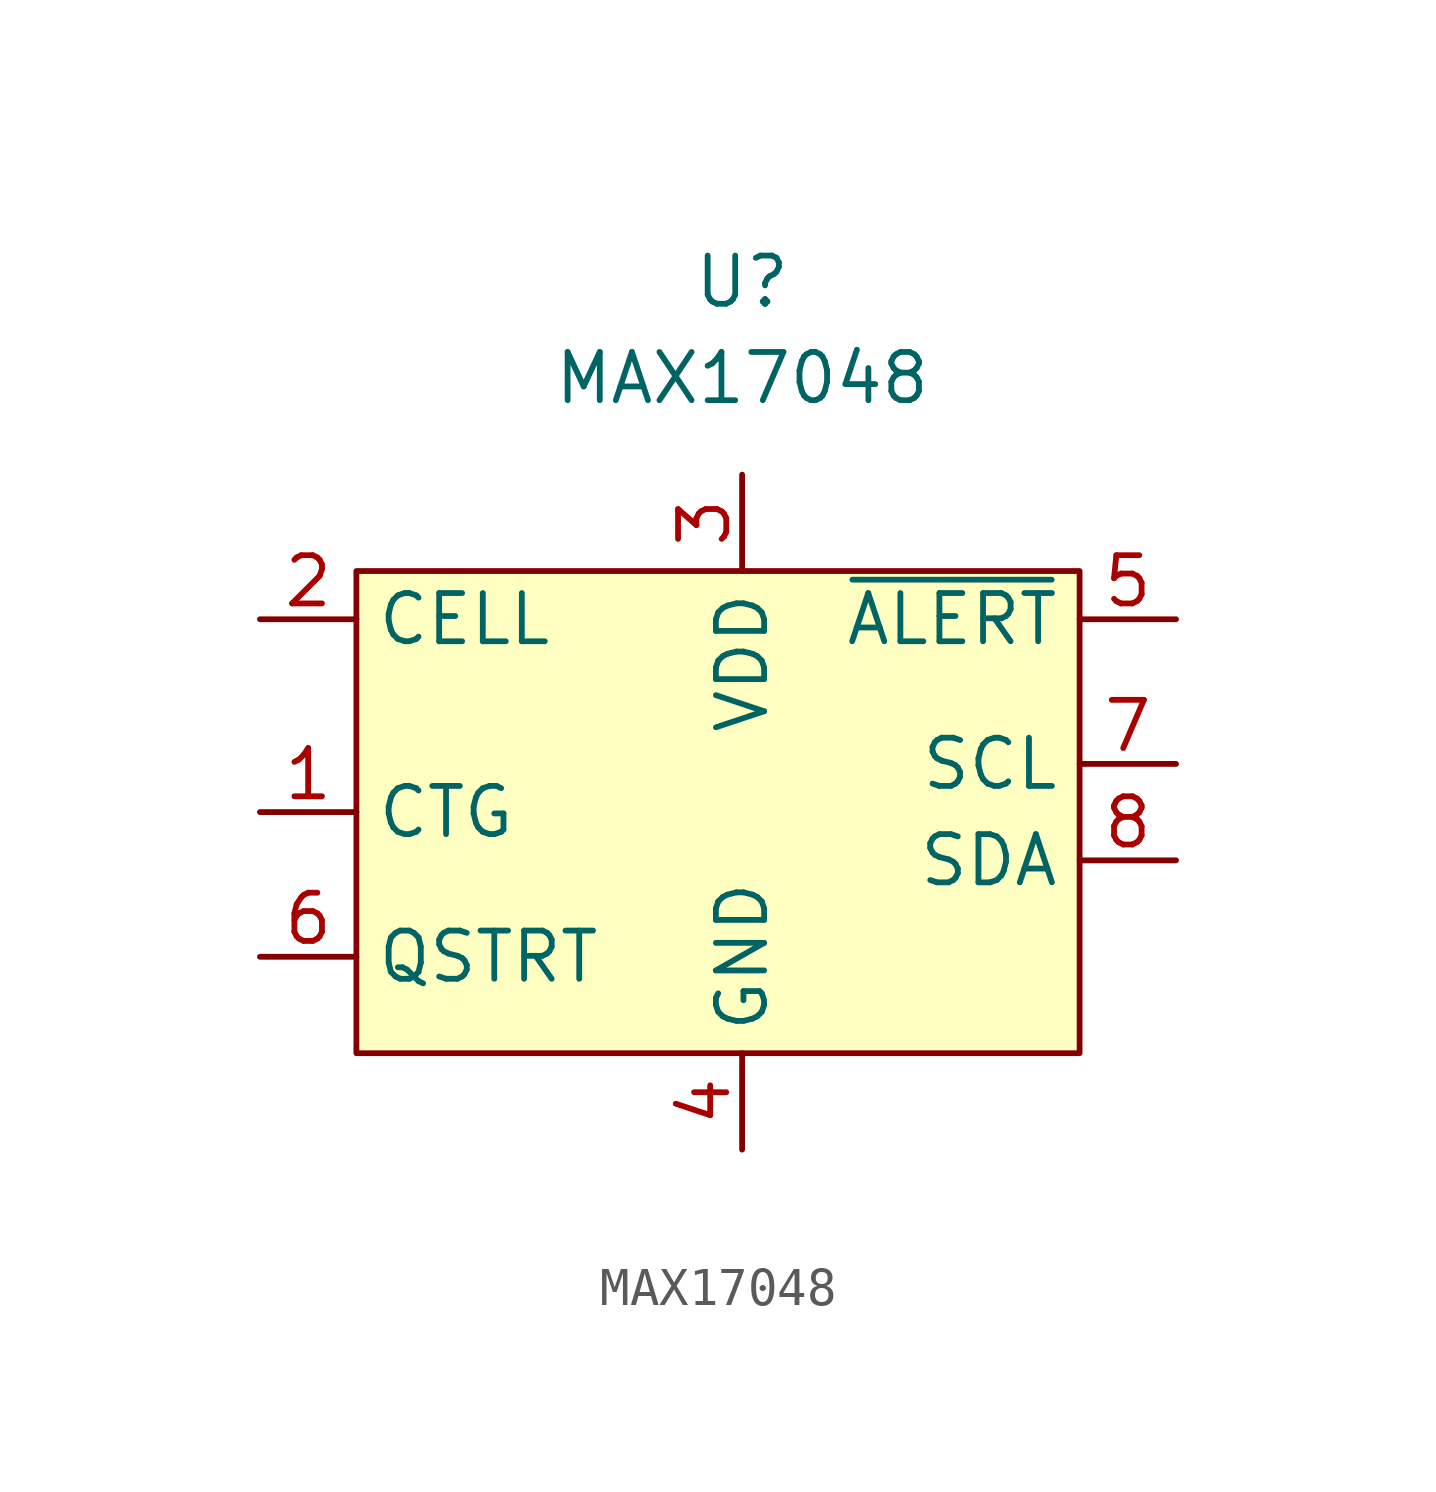
<source format=kicad_sym>
(kicad_symbol_lib
  (version 20220914)
  (generator kicad_symbol_editor)
  (symbol "MAX17048"
    (property "Reference" "U"
      (at 0 3.81 0)
      (effects (font (size 1.27 1.27))))
    (property "Value" "MAX17048"
      (at 0 1.27 0)
      (effects (font (size 1.27 1.27))))
    (symbol "MAX17048_0_0"
      (pin power_in line (at -12.7 -10.16 0) (length 2.54) (name "CTG" (effects (font (size 1.27 1.27)))) (number "1" (effects (font (size 1.27 1.27)))))
      (pin input line (at -12.7 -5.08 0) (length 2.54) (name "CELL" (effects (font (size 1.27 1.27)))) (number "2" (effects (font (size 1.27 1.27)))))
      (pin power_in line (at 0 -1.27 270) (length 2.54) (name "VDD" (effects (font (size 1.27 1.27)))) (number "3" (effects (font (size 1.27 1.27)))))
      (pin power_in line (at 0 -19.05 90) (length 2.54) (name "GND" (effects (font (size 1.27 1.27)))) (number "4" (effects (font (size 1.27 1.27)))))
      (pin passive line (at 11.43 -5.08 180) (length 2.54) (name "~{ALERT}" (effects (font (size 1.27 1.27)))) (number "5" (effects (font (size 1.27 1.27)))))
      (pin passive line (at -12.7 -13.97 0) (length 2.54) (name "QSTRT" (effects (font (size 1.27 1.27)))) (number "6" (effects (font (size 1.27 1.27)))))
      (pin passive line (at 11.43 -8.89 180) (length 2.54) (name "SCL" (effects (font (size 1.27 1.27)))) (number "7" (effects (font (size 1.27 1.27)))))
      (pin passive line (at 11.43 -11.43 180) (length 2.54) (name "SDA" (effects (font (size 1.27 1.27)))) (number "8" (effects (font (size 1.27 1.27))))))
    (symbol "MAX17048_1_1"
      (rectangle (start -10.16 -3.81) (end 8.89 -16.51) (stroke (width 0) (type default)) (fill (type background))))))
</source>
